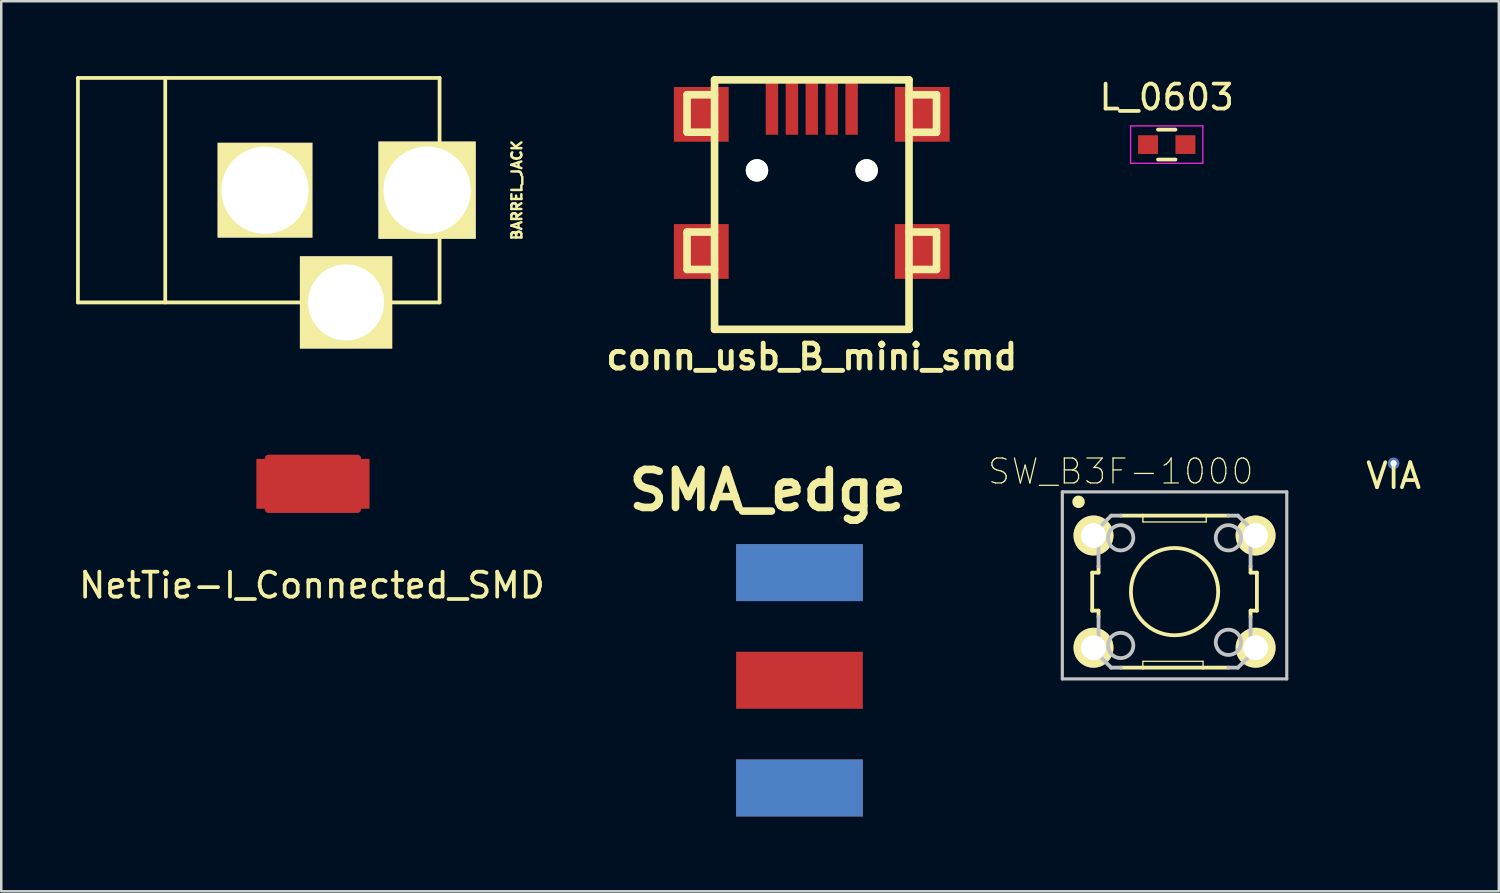
<source format=kicad_pcb>
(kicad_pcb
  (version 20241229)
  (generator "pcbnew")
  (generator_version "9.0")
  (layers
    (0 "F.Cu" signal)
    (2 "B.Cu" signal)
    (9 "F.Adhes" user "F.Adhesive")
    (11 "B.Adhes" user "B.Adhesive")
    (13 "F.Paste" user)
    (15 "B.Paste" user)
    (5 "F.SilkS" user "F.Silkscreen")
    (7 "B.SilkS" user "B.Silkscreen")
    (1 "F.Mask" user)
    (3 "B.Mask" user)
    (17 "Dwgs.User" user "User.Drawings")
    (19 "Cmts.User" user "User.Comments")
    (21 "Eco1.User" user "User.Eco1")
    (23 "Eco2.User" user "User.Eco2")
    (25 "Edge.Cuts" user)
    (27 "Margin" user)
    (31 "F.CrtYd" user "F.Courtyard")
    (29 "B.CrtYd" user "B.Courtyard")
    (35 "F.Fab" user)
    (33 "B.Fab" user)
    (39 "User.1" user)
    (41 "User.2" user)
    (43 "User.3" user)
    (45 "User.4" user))
  (footprint "conn_usb_B_mini_smd"
    (layer "F.Cu")
    (at 29.501 5.154)
    (property "Reference" "conn_usb_B_mini_smd" (at 0 6.101 0) (layer "F.SilkS") (effects (font (size 0.998 0.998) (thickness 0.196))))
    (attr through_hole)
    (fp_line (start -5.001 -4.404) (end -5.001 -2.903) (stroke (width 0.305) (type solid)) (layer "F.SilkS"))
    (fp_line (start -5.001 -2.903) (end -3.899 -2.903) (stroke (width 0.305) (type solid)) (layer "F.SilkS"))
    (fp_line (start -5.001 1.1) (end -5.001 2.601) (stroke (width 0.305) (type solid)) (layer "F.SilkS"))
    (fp_line (start -5.001 2.601) (end -3.899 2.601) (stroke (width 0.305) (type solid)) (layer "F.SilkS"))
    (fp_line (start -3.899 -5.001) (end -3.899 5.001) (stroke (width 0.305) (type solid)) (layer "F.SilkS"))
    (fp_line (start -3.899 -4.404) (end -5.001 -4.404) (stroke (width 0.305) (type solid)) (layer "F.SilkS"))
    (fp_line (start -3.899 1.1) (end -5.001 1.1) (stroke (width 0.305) (type solid)) (layer "F.SilkS"))
    (fp_line (start -3.899 5.001) (end 3.899 5.001) (stroke (width 0.305) (type solid)) (layer "F.SilkS"))
    (fp_line (start 3.899 -5.001) (end -3.899 -5.001) (stroke (width 0.305) (type solid)) (layer "F.SilkS"))
    (fp_line (start 3.899 -4.402) (end 5.001 -4.402) (stroke (width 0.305) (type solid)) (layer "F.SilkS"))
    (fp_line (start 3.899 1.1) (end 5.001 1.1) (stroke (width 0.305) (type solid)) (layer "F.SilkS"))
    (fp_line (start 3.899 5.001) (end 3.899 -5.001) (stroke (width 0.305) (type solid)) (layer "F.SilkS"))
    (fp_line (start 5.001 -4.402) (end 5.001 -2.901) (stroke (width 0.305) (type solid)) (layer "F.SilkS"))
    (fp_line (start 5.001 -2.901) (end 3.899 -2.901) (stroke (width 0.305) (type solid)) (layer "F.SilkS"))
    (fp_line (start 5.001 1.1) (end 5.001 2.601) (stroke (width 0.305) (type solid)) (layer "F.SilkS"))
    (fp_line (start 5.001 2.601) (end 3.899 2.601) (stroke (width 0.305) (type solid)) (layer "F.SilkS"))
    (pad "" np_thru_hole circle (at -2.197 -1.372) (size 0.899 0.899) (drill 0.899) (layers "*.Cu" "*.Mask" "F.SilkS"))
    (pad "" np_thru_hole circle (at 2.2 -1.372) (size 0.899 0.899) (drill 0.899) (layers "*.Cu" "*.Mask" "F.SilkS"))
    (pad "1" smd rect (at -1.598 -3.899) (size 0.498 2.197) (layers "F.Cu" "F.Mask" "F.Paste"))
    (pad "2" smd rect (at -0.798 -3.899) (size 0.498 2.197) (layers "F.Cu" "F.Mask" "F.Paste"))
    (pad "3" smd rect (at 0 -3.899) (size 0.498 2.197) (layers "F.Cu" "F.Mask" "F.Paste"))
    (pad "4" smd rect (at 0.798 -3.899) (size 0.498 2.197) (layers "F.Cu" "F.Mask" "F.Paste"))
    (pad "5" smd rect (at 1.598 -3.899) (size 0.498 2.197) (layers "F.Cu" "F.Mask" "F.Paste"))
    (pad "6" smd rect (at -4.43 -3.619) (size 2.197 2.197) (layers "F.Cu" "F.Mask" "F.Paste"))
    (pad "6" smd rect (at -4.43 1.88) (size 2.197 2.197) (layers "F.Cu" "F.Mask" "F.Paste"))
    (pad "6" smd rect (at 4.43 -3.619) (size 2.197 2.197) (layers "F.Cu" "F.Mask" "F.Paste"))
    (pad "6" smd rect (at 4.43 1.88) (size 2.197 2.197) (layers "F.Cu" "F.Mask" "F.Paste")))
  (footprint "BARREL_JACK"
    (layer "F.Cu")
    (at 7.576 4.576)
    (property "Reference" "BARREL_JACK" (at 10.099 0 90) (layer "F.SilkS") (effects (font (size 0.4 0.4) (thickness 0.1))))
    (attr through_hole)
    (fp_line (start -7.501 -4.501) (end -7.501 4.501) (stroke (width 0.15) (type solid)) (layer "F.SilkS"))
    (fp_line (start -7.501 4.501) (end 7 4.501) (stroke (width 0.15) (type solid)) (layer "F.SilkS"))
    (fp_line (start -4 -4.501) (end -4 4.501) (stroke (width 0.15) (type solid)) (layer "F.SilkS"))
    (fp_line (start 7 -4.501) (end -7.501 -4.501) (stroke (width 0.15) (type solid)) (layer "F.SilkS"))
    (fp_line (start 7 4.501) (end 7 -4.501) (stroke (width 0.15) (type solid)) (layer "F.SilkS"))
    (pad "1" thru_hole rect (at 6.5 0) (size 3.9 3.9) (drill 3.5) (layers "*.Cu" "*.Mask" "F.SilkS"))
    (pad "2" thru_hole rect (at 0 0) (size 3.8 3.8) (drill 3.5) (layers "*.Cu" "*.Mask" "F.SilkS"))
    (pad "3" thru_hole rect (at 3.25 4.5) (size 3.7 3.7) (drill 3.05) (layers "*.Cu" "*.Mask" "F.SilkS")))
  (footprint "SMA_edge"
    (layer "F.Cu")
    (at 29.007 24.228)
    (property "Reference" "SMA_edge" (at -1.27 -7.62 0) (layer "F.SilkS") (effects (font (size 1.524 1.524) (thickness 0.305))))
    (attr through_hole)
    (pad "1" connect rect (at 0 0) (size 5.08 2.286) (layers "F.Cu" "F.Mask"))
    (pad "2" connect rect (at 0 -4.318) (size 5.08 2.286) (layers "F.Cu" "F.Mask"))
    (pad "2" connect rect (at 0 -4.318) (size 5.08 2.286) (layers "B.Cu" "B.Mask"))
    (pad "2" connect rect (at 0 4.318) (size 5.08 2.286) (layers "F.Cu" "F.Mask"))
    (pad "2" connect rect (at 0 4.318) (size 5.08 2.286) (layers "B.Cu" "B.Mask")))
  (footprint "L_0603"
    (layer "F.Cu")
    (at 43.734 2.748)
    (property "Reference" "L_0603" (at 0 -1.9 0) (layer "F.SilkS") (effects (font (size 1 1) (thickness 0.15))))
    (attr smd)
    (fp_line (start -0.35 -0.6) (end 0.35 -0.6) (stroke (width 0.15) (type solid)) (layer "F.SilkS"))
    (fp_line (start 0.35 0.6) (end -0.35 0.6) (stroke (width 0.15) (type solid)) (layer "F.SilkS"))
    (fp_line (start -1.45 -0.75) (end -1.45 0.75) (stroke (width 0.05) (type solid)) (layer "F.CrtYd"))
    (fp_line (start -1.45 -0.75) (end 1.45 -0.75) (stroke (width 0.05) (type solid)) (layer "F.CrtYd"))
    (fp_line (start -1.45 0.75) (end 1.45 0.75) (stroke (width 0.05) (type solid)) (layer "F.CrtYd"))
    (fp_line (start 1.45 -0.75) (end 1.45 0.75) (stroke (width 0.05) (type solid)) (layer "F.CrtYd"))
    (pad "1" smd rect (at -0.75 0) (size 0.8 0.75) (layers "F.Cu" "F.Mask" "F.Paste"))
    (pad "2" smd rect (at 0.75 0) (size 0.8 0.75) (layers "F.Cu" "F.Mask" "F.Paste")))
  (footprint "SW_B3F-1000"
    (layer "F.Cu")
    (at 44.047 20.673)
    (property "Reference" "SW_B3F-1000" (at -2.158 -4.818 0) (layer "F.SilkS") (effects (font (size 1 1) (thickness 0.05))))
    (attr through_hole)
    (fp_line (start -3.302 -0.762) (end -3.302 0.762) (stroke (width 0.152) (type solid)) (layer "F.SilkS"))
    (fp_line (start -3.302 -0.762) (end -3.048 -0.762) (stroke (width 0.152) (type solid)) (layer "F.SilkS"))
    (fp_line (start -3.048 -0.762) (end -3.048 -1.016) (stroke (width 0.152) (type solid)) (layer "F.SilkS"))
    (fp_line (start -3.048 0.762) (end -3.302 0.762) (stroke (width 0.152) (type solid)) (layer "F.SilkS"))
    (fp_line (start -3.048 0.762) (end -3.048 1.016) (stroke (width 0.152) (type solid)) (layer "F.SilkS"))
    (fp_line (start -2.159 3.048) (end -1.27 3.048) (stroke (width 0.152) (type solid)) (layer "F.SilkS"))
    (fp_line (start -1.27 -3.048) (end -2.159 -3.048) (stroke (width 0.152) (type solid)) (layer "F.SilkS"))
    (fp_line (start -1.27 -3.048) (end -1.27 -2.794) (stroke (width 0.051) (type solid)) (layer "F.SilkS"))
    (fp_line (start -1.27 2.794) (end -1.27 3.048) (stroke (width 0.051) (type solid)) (layer "F.SilkS"))
    (fp_line (start -1.27 3.048) (end 1.143 3.048) (stroke (width 0.152) (type solid)) (layer "F.SilkS"))
    (fp_line (start 1.143 2.794) (end -1.27 2.794) (stroke (width 0.051) (type solid)) (layer "F.SilkS"))
    (fp_line (start 1.143 2.794) (end 1.143 3.048) (stroke (width 0.051) (type solid)) (layer "F.SilkS"))
    (fp_line (start 1.143 3.048) (end 2.159 3.048) (stroke (width 0.152) (type solid)) (layer "F.SilkS"))
    (fp_line (start 1.27 -3.048) (end -1.27 -3.048) (stroke (width 0.152) (type solid)) (layer "F.SilkS"))
    (fp_line (start 1.27 -2.794) (end -1.27 -2.794) (stroke (width 0.051) (type solid)) (layer "F.SilkS"))
    (fp_line (start 1.27 -2.794) (end 1.27 -3.048) (stroke (width 0.051) (type solid)) (layer "F.SilkS"))
    (fp_line (start 2.159 -3.048) (end 1.27 -3.048) (stroke (width 0.152) (type solid)) (layer "F.SilkS"))
    (fp_line (start 3.048 -0.762) (end 3.048 -1.016) (stroke (width 0.152) (type solid)) (layer "F.SilkS"))
    (fp_line (start 3.048 -0.762) (end 3.302 -0.762) (stroke (width 0.152) (type solid)) (layer "F.SilkS"))
    (fp_line (start 3.048 0.762) (end 3.048 1.016) (stroke (width 0.152) (type solid)) (layer "F.SilkS"))
    (fp_line (start 3.302 0.762) (end 3.048 0.762) (stroke (width 0.152) (type solid)) (layer "F.SilkS"))
    (fp_line (start 3.302 0.762) (end 3.302 -0.762) (stroke (width 0.152) (type solid)) (layer "F.SilkS"))
    (fp_circle (center -3.85 -3.6) (end -3.6 -3.6) (stroke (width 0) (type solid)) (fill yes) (layer "F.SilkS"))
    (fp_circle (center 0 0) (end 1.75 0) (stroke (width 0.152) (type solid)) (fill no) (layer "F.SilkS"))
    (fp_line (start -4.5 -4) (end 4.5 -4) (stroke (width 0.127) (type solid)) (layer "Dwgs.User"))
    (fp_line (start -4.5 3.5) (end -4.5 -4) (stroke (width 0.127) (type solid)) (layer "Dwgs.User"))
    (fp_line (start -3.048 -2.54) (end -3.048 -1.016) (stroke (width 0.152) (type solid)) (layer "Dwgs.User"))
    (fp_line (start -3.048 2.54) (end -3.048 1.016) (stroke (width 0.152) (type solid)) (layer "Dwgs.User"))
    (fp_line (start -2.54 -3.048) (end -3.048 -2.54) (stroke (width 0.152) (type solid)) (layer "Dwgs.User"))
    (fp_line (start -2.54 -3.048) (end -2.159 -3.048) (stroke (width 0.152) (type solid)) (layer "Dwgs.User"))
    (fp_line (start -2.54 3.048) (end -3.048 2.54) (stroke (width 0.152) (type solid)) (layer "Dwgs.User"))
    (fp_line (start -2.54 3.048) (end -2.159 3.048) (stroke (width 0.152) (type solid)) (layer "Dwgs.User"))
    (fp_line (start 2.54 -3.048) (end 2.159 -3.048) (stroke (width 0.152) (type solid)) (layer "Dwgs.User"))
    (fp_line (start 2.54 3.048) (end 2.159 3.048) (stroke (width 0.152) (type solid)) (layer "Dwgs.User"))
    (fp_line (start 2.54 3.048) (end 3.048 2.54) (stroke (width 0.152) (type solid)) (layer "Dwgs.User"))
    (fp_line (start 3.048 -2.54) (end 2.54 -3.048) (stroke (width 0.152) (type solid)) (layer "Dwgs.User"))
    (fp_line (start 3.048 -1.016) (end 3.048 -2.54) (stroke (width 0.152) (type solid)) (layer "Dwgs.User"))
    (fp_line (start 3.048 2.54) (end 3.048 1.016) (stroke (width 0.152) (type solid)) (layer "Dwgs.User"))
    (fp_line (start 4.5 -4) (end 4.5 3.5) (stroke (width 0.127) (type solid)) (layer "Dwgs.User"))
    (fp_line (start 4.5 3.5) (end -4.5 3.5) (stroke (width 0.127) (type solid)) (layer "Dwgs.User"))
    (fp_circle (center -2.159 -2.159) (end -1.651 -2.159) (stroke (width 0.152) (type solid)) (fill no) (layer "Dwgs.User"))
    (fp_circle (center -2.159 2.159) (end -1.651 2.159) (stroke (width 0.152) (type solid)) (fill no) (layer "Dwgs.User"))
    (fp_circle (center 2.159 -2.159) (end 2.667 -2.159) (stroke (width 0.152) (type solid)) (fill no) (layer "Dwgs.User"))
    (fp_circle (center 2.159 2.032) (end 2.667 2.032) (stroke (width 0.152) (type solid)) (fill no) (layer "Dwgs.User"))
    (pad "1" thru_hole circle (at -3.25 -2.25) (size 1.6 1.6) (drill 1) (layers "*.Cu" "*.Mask" "F.SilkS"))
    (pad "2" thru_hole circle (at 3.25 -2.25) (size 1.6 1.6) (drill 1) (layers "*.Cu" "*.Mask" "F.SilkS"))
    (pad "3" thru_hole circle (at -3.25 2.25) (size 1.6 1.6) (drill 1) (layers "*.Cu" "*.Mask" "F.SilkS"))
    (pad "4" thru_hole circle (at 3.25 2.25) (size 1.6 1.6) (drill 1) (layers "*.Cu" "*.Mask" "F.SilkS")))
  (footprint "NetTie-I_Connected_SMD"
    (layer "F.Cu")
    (at 9.499 16.35)
    (property "Reference" "NetTie-I_Connected_SMD" (at -0.041 4.069 0) (layer "F.SilkS") (effects (font (size 1 1) (thickness 0.15))))
    (attr through_hole)
    (fp_line (start -1.778 -0.762) (end 1.778 -0.762) (stroke (width 0.305) (type solid)) (layer "F.Cu"))
    (fp_line (start -1.778 -0.254) (end 1.778 -0.254) (stroke (width 0.305) (type solid)) (layer "F.Cu"))
    (fp_line (start -1.778 0.254) (end 1.778 0.254) (stroke (width 0.305) (type solid)) (layer "F.Cu"))
    (fp_line (start -1.778 0.762) (end 1.778 0.762) (stroke (width 0.305) (type solid)) (layer "F.Cu"))
    (fp_line (start 1.778 -1.016) (end -1.778 -1.016) (stroke (width 0.305) (type solid)) (layer "F.Cu"))
    (fp_line (start 1.778 -0.508) (end -1.778 -0.508) (stroke (width 0.305) (type solid)) (layer "F.Cu"))
    (fp_line (start 1.778 0) (end -1.778 0) (stroke (width 0.305) (type solid)) (layer "F.Cu"))
    (fp_line (start 1.778 0.508) (end -1.778 0.508) (stroke (width 0.305) (type solid)) (layer "F.Cu"))
    (fp_line (start 1.778 1.016) (end -1.778 1.016) (stroke (width 0.305) (type solid)) (layer "F.Cu"))
    (pad "1" smd rect (at -1.27 0) (size 1.999 1.999) (layers "F.Cu"))
    (pad "2" smd rect (at 1.27 0) (size 1.999 1.999) (layers "F.Cu")))
  (footprint "VIA"
    (layer "F.Cu")
    (at 52.831 15.53)
    (property "Reference" "VIA" (at 0 0.5 0) (layer "F.SilkS") (effects (font (size 1 1) (thickness 0.15))))
    (attr through_hole)
    (pad "1" thru_hole circle (at 0 0) (size 0.457 0.457) (drill 0.254) (layers "*.Cu")))
  (gr_rect
    (start -3 -3)
    (end 57.051 32.689)
    (stroke (width 0.1) (type default))
    (fill no)
    (layer "Edge.Cuts")))
</source>
